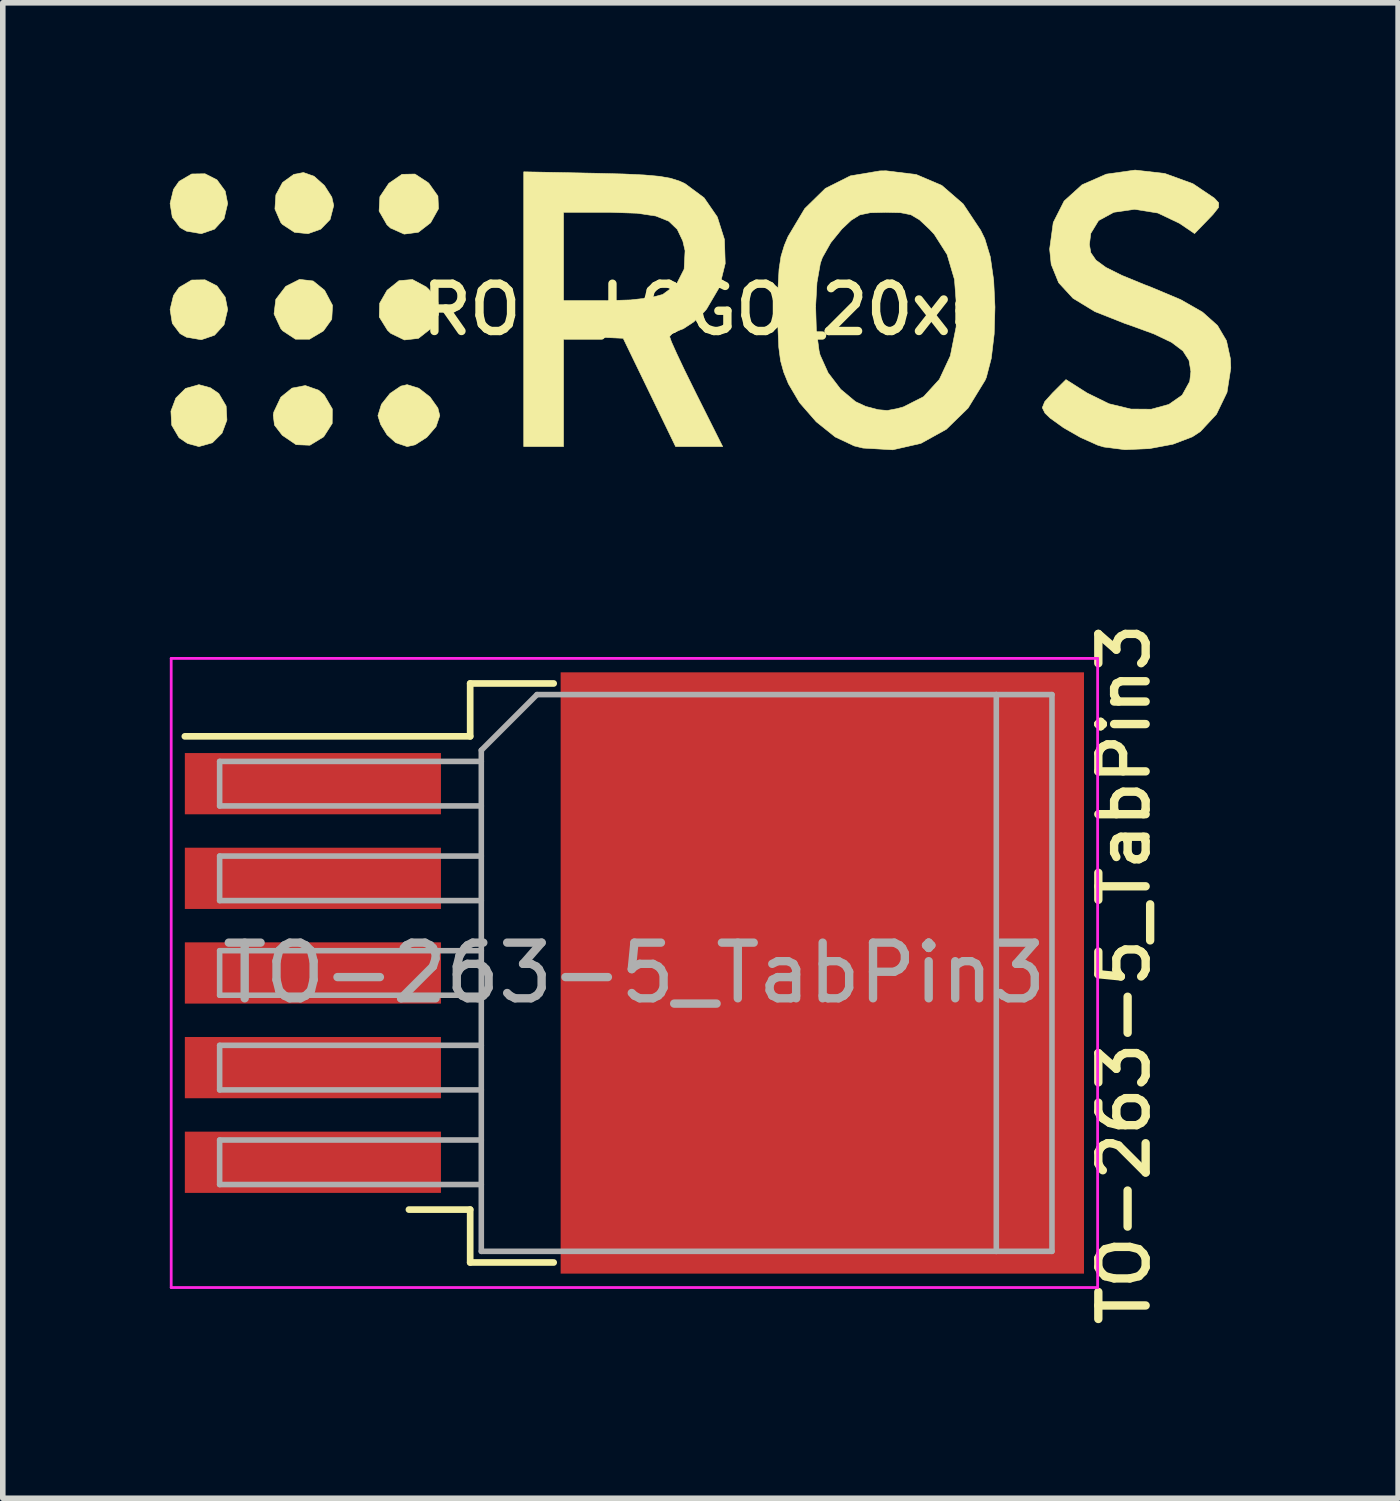
<source format=kicad_pcb>
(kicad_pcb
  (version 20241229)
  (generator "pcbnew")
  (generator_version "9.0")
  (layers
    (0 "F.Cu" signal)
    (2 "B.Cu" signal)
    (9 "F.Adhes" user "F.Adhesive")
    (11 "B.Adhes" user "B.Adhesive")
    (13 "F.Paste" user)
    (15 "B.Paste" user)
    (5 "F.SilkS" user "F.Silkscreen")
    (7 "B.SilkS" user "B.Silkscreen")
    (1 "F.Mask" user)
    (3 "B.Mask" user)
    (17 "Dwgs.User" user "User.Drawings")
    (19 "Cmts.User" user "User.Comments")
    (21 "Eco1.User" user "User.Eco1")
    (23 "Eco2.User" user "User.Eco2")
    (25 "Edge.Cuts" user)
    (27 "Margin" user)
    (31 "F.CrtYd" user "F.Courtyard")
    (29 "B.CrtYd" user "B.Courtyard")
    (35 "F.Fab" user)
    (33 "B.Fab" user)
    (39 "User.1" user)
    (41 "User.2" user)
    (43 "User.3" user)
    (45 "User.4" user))
  (footprint "TO-263-5_TabPin3"
    (layer "F.Cu")
    (at 8.345 14.426)
    (property "Reference" "TO-263-5_TabPin3" (at 8.797 0.022 270) (layer "F.SilkS") (effects (font (size 0.85 0.85) (thickness 0.15))))
    (attr smd)
    (fp_line (start -2.95 -5.2) (end -2.95 -4.25) (stroke (width 0.12) (type solid)) (layer "F.SilkS"))
    (fp_line (start -2.95 -4.25) (end -8.075 -4.25) (stroke (width 0.12) (type solid)) (layer "F.SilkS"))
    (fp_line (start -2.95 4.25) (end -4.05 4.25) (stroke (width 0.12) (type solid)) (layer "F.SilkS"))
    (fp_line (start -2.95 5.2) (end -2.95 4.25) (stroke (width 0.12) (type solid)) (layer "F.SilkS"))
    (fp_line (start -1.45 -5.2) (end -2.95 -5.2) (stroke (width 0.12) (type solid)) (layer "F.SilkS"))
    (fp_line (start -1.45 5.2) (end -2.95 5.2) (stroke (width 0.12) (type solid)) (layer "F.SilkS"))
    (fp_line (start -8.32 -5.65) (end -8.32 5.65) (stroke (width 0.05) (type solid)) (layer "F.CrtYd"))
    (fp_line (start -8.32 5.65) (end 8.32 5.65) (stroke (width 0.05) (type solid)) (layer "F.CrtYd"))
    (fp_line (start 8.32 -5.65) (end -8.32 -5.65) (stroke (width 0.05) (type solid)) (layer "F.CrtYd"))
    (fp_line (start 8.32 5.65) (end 8.32 -5.65) (stroke (width 0.05) (type solid)) (layer "F.CrtYd"))
    (fp_line (start -7.45 -3.8) (end -7.45 -3) (stroke (width 0.1) (type solid)) (layer "F.Fab"))
    (fp_line (start -7.45 -3) (end -2.75 -3) (stroke (width 0.1) (type solid)) (layer "F.Fab"))
    (fp_line (start -7.45 -2.1) (end -7.45 -1.3) (stroke (width 0.1) (type solid)) (layer "F.Fab"))
    (fp_line (start -7.45 -1.3) (end -2.75 -1.3) (stroke (width 0.1) (type solid)) (layer "F.Fab"))
    (fp_line (start -7.45 -0.4) (end -7.45 0.4) (stroke (width 0.1) (type solid)) (layer "F.Fab"))
    (fp_line (start -7.45 0.4) (end -2.75 0.4) (stroke (width 0.1) (type solid)) (layer "F.Fab"))
    (fp_line (start -7.45 1.3) (end -7.45 2.1) (stroke (width 0.1) (type solid)) (layer "F.Fab"))
    (fp_line (start -7.45 2.1) (end -2.75 2.1) (stroke (width 0.1) (type solid)) (layer "F.Fab"))
    (fp_line (start -7.45 3) (end -7.45 3.8) (stroke (width 0.1) (type solid)) (layer "F.Fab"))
    (fp_line (start -7.45 3.8) (end -2.75 3.8) (stroke (width 0.1) (type solid)) (layer "F.Fab"))
    (fp_line (start -2.75 -4) (end -1.75 -5) (stroke (width 0.1) (type solid)) (layer "F.Fab"))
    (fp_line (start -2.75 -3.8) (end -7.45 -3.8) (stroke (width 0.1) (type solid)) (layer "F.Fab"))
    (fp_line (start -2.75 -2.1) (end -7.45 -2.1) (stroke (width 0.1) (type solid)) (layer "F.Fab"))
    (fp_line (start -2.75 -0.4) (end -7.45 -0.4) (stroke (width 0.1) (type solid)) (layer "F.Fab"))
    (fp_line (start -2.75 1.3) (end -7.45 1.3) (stroke (width 0.1) (type solid)) (layer "F.Fab"))
    (fp_line (start -2.75 3) (end -7.45 3) (stroke (width 0.1) (type solid)) (layer "F.Fab"))
    (fp_line (start -2.75 5) (end -2.75 -4) (stroke (width 0.1) (type solid)) (layer "F.Fab"))
    (fp_line (start -1.75 -5) (end 6.5 -5) (stroke (width 0.1) (type solid)) (layer "F.Fab"))
    (fp_line (start 6.5 -5) (end 6.5 5) (stroke (width 0.1) (type solid)) (layer "F.Fab"))
    (fp_line (start 6.5 -5) (end 7.5 -5) (stroke (width 0.1) (type solid)) (layer "F.Fab"))
    (fp_line (start 6.5 5) (end -2.75 5) (stroke (width 0.1) (type solid)) (layer "F.Fab"))
    (fp_line (start 7.5 -5) (end 7.5 5) (stroke (width 0.1) (type solid)) (layer "F.Fab"))
    (fp_line (start 7.5 5) (end 6.5 5) (stroke (width 0.1) (type solid)) (layer "F.Fab"))
    (fp_text user "${REFERENCE}" (at 0 0 180) (layer "F.Fab") (effects (font (size 1 1) (thickness 0.15))))
    (pad "" smd rect (at 0.95 -2.775) (size 4.55 5.25) (layers "F.Paste"))
    (pad "" smd rect (at 0.95 2.775) (size 4.55 5.25) (layers "F.Paste"))
    (pad "" smd rect (at 5.8 -2.775) (size 4.55 5.25) (layers "F.Paste"))
    (pad "" smd rect (at 5.8 2.775) (size 4.55 5.25) (layers "F.Paste"))
    (pad "1" smd rect (at -5.775 -3.4) (size 4.6 1.1) (layers "F.Cu" "F.Mask" "F.Paste"))
    (pad "2" smd rect (at -5.775 -1.7) (size 4.6 1.1) (layers "F.Cu" "F.Mask" "F.Paste"))
    (pad "3" smd rect (at -5.775 0) (size 4.6 1.1) (layers "F.Cu" "F.Mask" "F.Paste"))
    (pad "3" smd rect (at 3.375 0) (size 9.4 10.8) (layers "F.Cu" "F.Mask"))
    (pad "4" smd rect (at -5.775 1.7) (size 4.6 1.1) (layers "F.Cu" "F.Mask" "F.Paste"))
    (pad "5" smd rect (at -5.775 3.4) (size 4.6 1.1) (layers "F.Cu" "F.Mask" "F.Paste")))
  (footprint "ROS_LOGO_20x6"
    (layer "F.Cu")
    (at 9.691 2.51)
    (property "Reference" "ROS_LOGO_20x6" (at 0 0 0) (layer "F.SilkS") (effects (font (size 0.85 0.85) (thickness 0.15))))
    (attr through_hole)
    (fp_poly (pts (xy -7.116 -0.513) (xy -6.911 -0.346) (xy -6.768 -0.075) (xy -6.782 0.175) (xy -6.931 0.383) (xy -7.182 0.533) (xy -7.435 0.532) (xy -7.664 0.381) (xy -7.698 0.341) (xy -7.819 0.079) (xy -7.787 -0.183) (xy -7.608 -0.417) (xy -7.36 -0.542) (xy -7.116 -0.513)) (stroke (width 0.01) (type solid)) (fill yes) (layer "F.SilkS"))
    (fp_poly (pts (xy -8.962 1.405) (xy -8.811 1.508) (xy -8.679 1.733) (xy -8.665 1.985) (xy -8.753 2.22) (xy -8.926 2.393) (xy -9.168 2.461) (xy -9.373 2.405) (xy -9.525 2.302) (xy -9.657 2.077) (xy -9.671 1.825) (xy -9.583 1.59) (xy -9.409 1.417) (xy -9.168 1.349) (xy -8.962 1.405)) (stroke (width 0.01) (type solid)) (fill yes) (layer "F.SilkS"))
    (fp_poly (pts (xy -8.844 -2.33) (xy -8.696 -2.128) (xy -8.652 -1.905) (xy -8.717 -1.631) (xy -8.888 -1.444) (xy -9.125 -1.363) (xy -9.391 -1.408) (xy -9.507 -1.473) (xy -9.646 -1.657) (xy -9.686 -1.905) (xy -9.625 -2.158) (xy -9.525 -2.302) (xy -9.299 -2.435) (xy -9.059 -2.439) (xy -8.844 -2.33)) (stroke (width 0.01) (type solid)) (fill yes) (layer "F.SilkS"))
    (fp_poly (pts (xy -8.844 -0.425) (xy -8.696 -0.223) (xy -8.652 0) (xy -8.717 0.274) (xy -8.888 0.461) (xy -9.125 0.542) (xy -9.391 0.497) (xy -9.507 0.432) (xy -9.646 0.248) (xy -9.686 -0.000377) (xy -9.625 -0.253) (xy -9.525 -0.397) (xy -9.299 -0.53) (xy -9.059 -0.534) (xy -8.844 -0.425)) (stroke (width 0.01) (type solid)) (fill yes) (layer "F.SilkS"))
    (fp_poly (pts (xy -7.1 -2.394) (xy -6.914 -2.228) (xy -6.781 -2.019) (xy -6.747 -1.869) (xy -6.812 -1.617) (xy -6.98 -1.444) (xy -7.207 -1.363) (xy -7.451 -1.387) (xy -7.669 -1.53) (xy -7.698 -1.564) (xy -7.803 -1.806) (xy -7.786 -2.06) (xy -7.666 -2.282) (xy -7.464 -2.428) (xy -7.29 -2.461) (xy -7.1 -2.394)) (stroke (width 0.01) (type solid)) (fill yes) (layer "F.SilkS"))
    (fp_poly (pts (xy -5.085 -0.406) (xy -5.037 -0.361) (xy -4.875 -0.133) (xy -4.865 0.094) (xy -5.006 0.346) (xy -5.006 0.346) (xy -5.226 0.518) (xy -5.477 0.546) (xy -5.722 0.428) (xy -5.781 0.372) (xy -5.929 0.133) (xy -5.922 -0.113) (xy -5.789 -0.346) (xy -5.574 -0.519) (xy -5.332 -0.539) (xy -5.085 -0.406)) (stroke (width 0.01) (type solid)) (fill yes) (layer "F.SilkS"))
    (fp_poly (pts (xy -5.052 -2.28) (xy -5.037 -2.266) (xy -4.875 -2.038) (xy -4.865 -1.811) (xy -5.006 -1.559) (xy -5.006 -1.559) (xy -5.227 -1.388) (xy -5.482 -1.355) (xy -5.727 -1.464) (xy -5.791 -1.523) (xy -5.932 -1.769) (xy -5.918 -2.026) (xy -5.758 -2.266) (xy -5.521 -2.429) (xy -5.288 -2.434) (xy -5.052 -2.28)) (stroke (width 0.01) (type solid)) (fill yes) (layer "F.SilkS"))
    (fp_poly (pts (xy -7.017 1.449) (xy -6.919 1.533) (xy -6.772 1.785) (xy -6.774 2.046) (xy -6.926 2.284) (xy -6.931 2.288) (xy -7.175 2.437) (xy -7.423 2.427) (xy -7.671 2.258) (xy -7.671 2.258) (xy -7.811 2.076) (xy -7.833 1.898) (xy -7.823 1.841) (xy -7.697 1.574) (xy -7.496 1.411) (xy -7.257 1.365) (xy -7.017 1.449)) (stroke (width 0.01) (type solid)) (fill yes) (layer "F.SilkS"))
    (fp_poly (pts (xy -5.219 1.413) (xy -5.017 1.57) (xy -4.876 1.769) (xy -4.842 1.905) (xy -4.909 2.103) (xy -5.075 2.295) (xy -5.284 2.429) (xy -5.428 2.461) (xy -5.633 2.392) (xy -5.789 2.251) (xy -5.903 2.066) (xy -5.953 1.909) (xy -5.953 1.905) (xy -5.89 1.701) (xy -5.735 1.506) (xy -5.541 1.375) (xy -5.428 1.349) (xy -5.219 1.413)) (stroke (width 0.01) (type solid)) (fill yes) (layer "F.SilkS"))
    (fp_poly (pts (xy -2.044 -2.448) (xy -1.54 -2.435) (xy -1.166 -2.417) (xy -0.894 -2.393) (xy -0.693 -2.357) (xy -0.536 -2.307) (xy -0.438 -2.262) (xy -0.095 -2.008) (xy 0.143 -1.663) (xy 0.271 -1.259) (xy 0.285 -0.827) (xy 0.179 -0.399) (xy -0.051 -0.007) (xy -0.092 0.041) (xy -0.281 0.222) (xy -0.468 0.345) (xy -0.525 0.366) (xy -0.669 0.428) (xy -0.714 0.486) (xy -0.681 0.58) (xy -0.588 0.787) (xy -0.45 1.079) (xy -0.279 1.426) (xy -0.238 1.509) (xy 0.239 2.461) (xy -0.606 2.461) (xy -1.077 1.488) (xy -1.548 0.516) (xy -2.084 0.492) (xy -2.619 0.469) (xy -2.619 2.461) (xy -3.334 2.461) (xy -3.334 -1.746) (xy -2.619 -1.746) (xy -2.619 -0.159) (xy -1.863 -0.159) (xy -1.413 -0.173) (xy -1.056 -0.214) (xy -0.84 -0.27) (xy -0.592 -0.452) (xy -0.453 -0.726) (xy -0.436 -1.057) (xy -0.477 -1.232) (xy -0.576 -1.44) (xy -0.729 -1.587) (xy -0.961 -1.68) (xy -1.298 -1.73) (xy -1.763 -1.746) (xy -1.822 -1.746) (xy -2.619 -1.746) (xy -3.334 -1.746) (xy -3.334 -2.474) (xy -2.044 -2.448)) (stroke (width 0.01) (type solid)) (fill yes) (layer "F.SilkS"))
    (fp_poly (pts (xy 8.181 -2.444) (xy 8.686 -2.26) (xy 9.071 -2.001) (xy 9.149 -1.916) (xy 9.146 -1.834) (xy 9.047 -1.709) (xy 8.963 -1.621) (xy 8.715 -1.365) (xy 8.444 -1.549) (xy 8.055 -1.734) (xy 7.636 -1.801) (xy 7.264 -1.747) (xy 6.991 -1.598) (xy 6.851 -1.368) (xy 6.826 -1.168) (xy 6.852 -1.02) (xy 6.944 -0.887) (xy 7.122 -0.757) (xy 7.406 -0.615) (xy 7.818 -0.446) (xy 7.933 -0.402) (xy 8.466 -0.178) (xy 8.858 0.046) (xy 9.127 0.286) (xy 9.288 0.559) (xy 9.359 0.883) (xy 9.366 1.051) (xy 9.298 1.487) (xy 9.108 1.881) (xy 8.82 2.191) (xy 8.675 2.286) (xy 8.326 2.419) (xy 7.902 2.498) (xy 7.467 2.517) (xy 7.086 2.469) (xy 6.976 2.436) (xy 6.666 2.297) (xy 6.362 2.123) (xy 6.12 1.949) (xy 6.028 1.86) (xy 5.98 1.763) (xy 6.024 1.654) (xy 6.165 1.497) (xy 6.405 1.258) (xy 6.785 1.499) (xy 7.178 1.692) (xy 7.571 1.787) (xy 7.938 1.79) (xy 8.253 1.704) (xy 8.492 1.537) (xy 8.628 1.292) (xy 8.649 1.113) (xy 8.615 0.913) (xy 8.506 0.743) (xy 8.302 0.589) (xy 7.983 0.437) (xy 7.53 0.272) (xy 7.461 0.249) (xy 6.923 0.036) (xy 6.531 -0.203) (xy 6.274 -0.482) (xy 6.14 -0.812) (xy 6.112 -1.086) (xy 6.177 -1.563) (xy 6.372 -1.949) (xy 6.694 -2.241) (xy 7.129 -2.432) (xy 7.647 -2.505) (xy 8.181 -2.444)) (stroke (width 0.01) (type solid)) (fill yes) (layer "F.SilkS"))
    (fp_poly (pts (xy 3.717 -2.425) (xy 4.176 -2.229) (xy 4.559 -1.897) (xy 4.873 -1.424) (xy 4.948 -1.271) (xy 5.046 -0.948) (xy 5.107 -0.523) (xy 5.13 -0.044) (xy 5.116 0.439) (xy 5.064 0.876) (xy 4.975 1.219) (xy 4.953 1.27) (xy 4.647 1.77) (xy 4.256 2.151) (xy 3.799 2.404) (xy 3.294 2.519) (xy 2.76 2.488) (xy 2.603 2.45) (xy 2.261 2.289) (xy 1.919 2.015) (xy 1.619 1.671) (xy 1.42 1.333) (xy 1.335 1.123) (xy 1.279 0.92) (xy 1.247 0.679) (xy 1.233 0.358) (xy 1.23 0) (xy 1.231 -0.061) (xy 1.909 -0.061) (xy 1.922 0.372) (xy 1.971 0.741) (xy 1.989 0.816) (xy 2.133 1.136) (xy 2.359 1.432) (xy 2.624 1.654) (xy 2.806 1.739) (xy 3.035 1.799) (xy 3.196 1.813) (xy 3.372 1.78) (xy 3.487 1.748) (xy 3.848 1.565) (xy 4.131 1.255) (xy 4.328 0.833) (xy 4.432 0.314) (xy 4.445 0.021) (xy 4.403 -0.539) (xy 4.27 -0.989) (xy 4.039 -1.352) (xy 3.956 -1.441) (xy 3.774 -1.612) (xy 3.62 -1.703) (xy 3.432 -1.74) (xy 3.166 -1.746) (xy 2.886 -1.739) (xy 2.702 -1.7) (xy 2.549 -1.605) (xy 2.381 -1.447) (xy 2.181 -1.201) (xy 2.03 -0.933) (xy 1.994 -0.832) (xy 1.933 -0.486) (xy 1.909 -0.061) (xy 1.231 -0.061) (xy 1.235 -0.421) (xy 1.252 -0.726) (xy 1.287 -0.956) (xy 1.347 -1.153) (xy 1.413 -1.31) (xy 1.713 -1.813) (xy 2.084 -2.176) (xy 2.532 -2.401) (xy 3.059 -2.49) (xy 3.175 -2.492) (xy 3.717 -2.425)) (stroke (width 0.01) (type solid)) (fill yes) (layer "F.SilkS")))
  (gr_rect
    (start -3 -3)
    (end 22.062 23.861)
    (stroke (width 0.1) (type default))
    (fill no)
    (layer "Edge.Cuts")))
</source>
